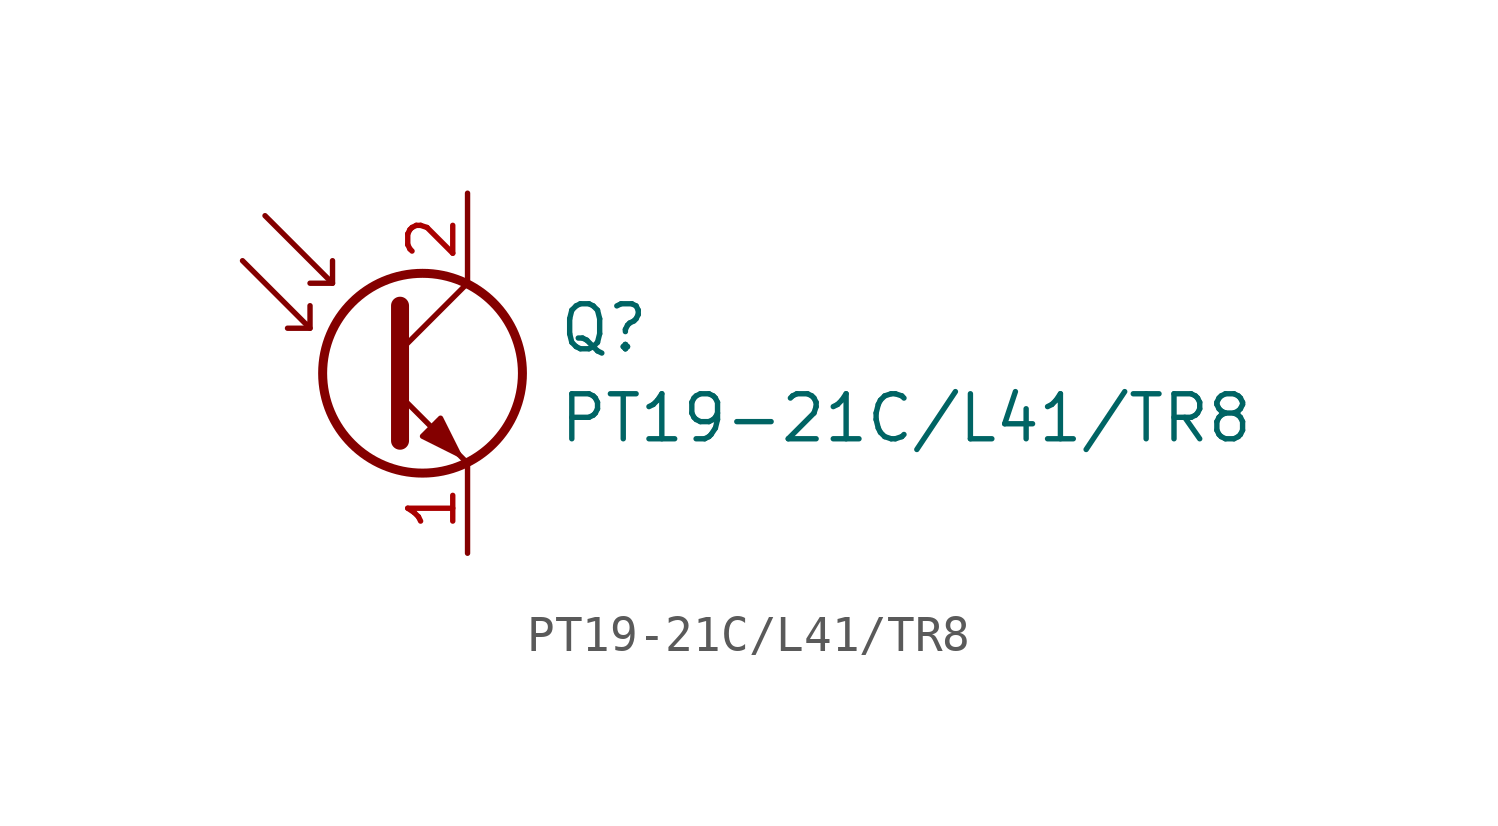
<source format=kicad_sym>
(kicad_symbol_lib
  (version 20211014)
  (generator kicad_symbol_editor)
  (symbol "PT19-21C/L41/TR8"
    (pin_names
      (offset 0) hide)
    (property "Reference" "Q"
      (at 5.08 1.27 0)
      (effects (font (size 1.27 1.27)) (justify left)))
    (property "Value" "PT19-21C/L41/TR8"
      (at 5.08 -1.27 0)
      (effects (font (size 1.27 1.27)) (justify left)))
    (symbol "PT19-21C/L41/TR8_0_1"
      (polyline (pts (xy -1.905 1.27) (xy -2.54 1.27)) (stroke (width 0) (type default) (color 0 0 0 0)) (fill (type none)))
      (polyline (pts (xy -1.27 2.54) (xy -1.905 2.54)) (stroke (width 0) (type default) (color 0 0 0 0)) (fill (type none)))
      (polyline (pts (xy 0.635 0.635) (xy 2.54 2.54)) (stroke (width 0) (type default) (color 0 0 0 0)) (fill (type none)))
      (polyline (pts (xy -3.81 3.175) (xy -1.905 1.27) (xy -1.905 1.905)) (stroke (width 0) (type default) (color 0 0 0 0)) (fill (type none)))
      (polyline (pts (xy -3.175 4.445) (xy -1.27 2.54) (xy -1.27 3.175)) (stroke (width 0) (type default) (color 0 0 0 0)) (fill (type none)))
      (polyline (pts (xy 0.635 -0.635) (xy 2.54 -2.54) (xy 2.54 -2.54)) (stroke (width 0) (type default) (color 0 0 0 0)) (fill (type none)))
      (polyline (pts (xy 0.635 1.905) (xy 0.635 -1.905) (xy 0.635 -1.905)) (stroke (width 0.508) (type default) (color 0 0 0 0)) (fill (type none)))
      (polyline (pts (xy 1.27 -1.778) (xy 1.778 -1.27) (xy 2.286 -2.286) (xy 1.27 -1.778) (xy 1.27 -1.778)) (stroke (width 0) (type default) (color 0 0 0 0)) (fill (type outline)))
      (circle (center 1.27 0) (radius 2.819) (stroke (width 0.254) (type default) (color 0 0 0 0)) (fill (type none))))
    (symbol "PT19-21C/L41/TR8_1_1"
      (pin passive line (at 2.54 -5.08 90) (length 2.54) (name "E" (effects (font (size 1.27 1.27)))) (number "1" (effects (font (size 1.27 1.27)))))
      (pin passive line (at 2.54 5.08 270) (length 2.54) (name "C" (effects (font (size 1.27 1.27)))) (number "2" (effects (font (size 1.27 1.27))))))))
</source>
